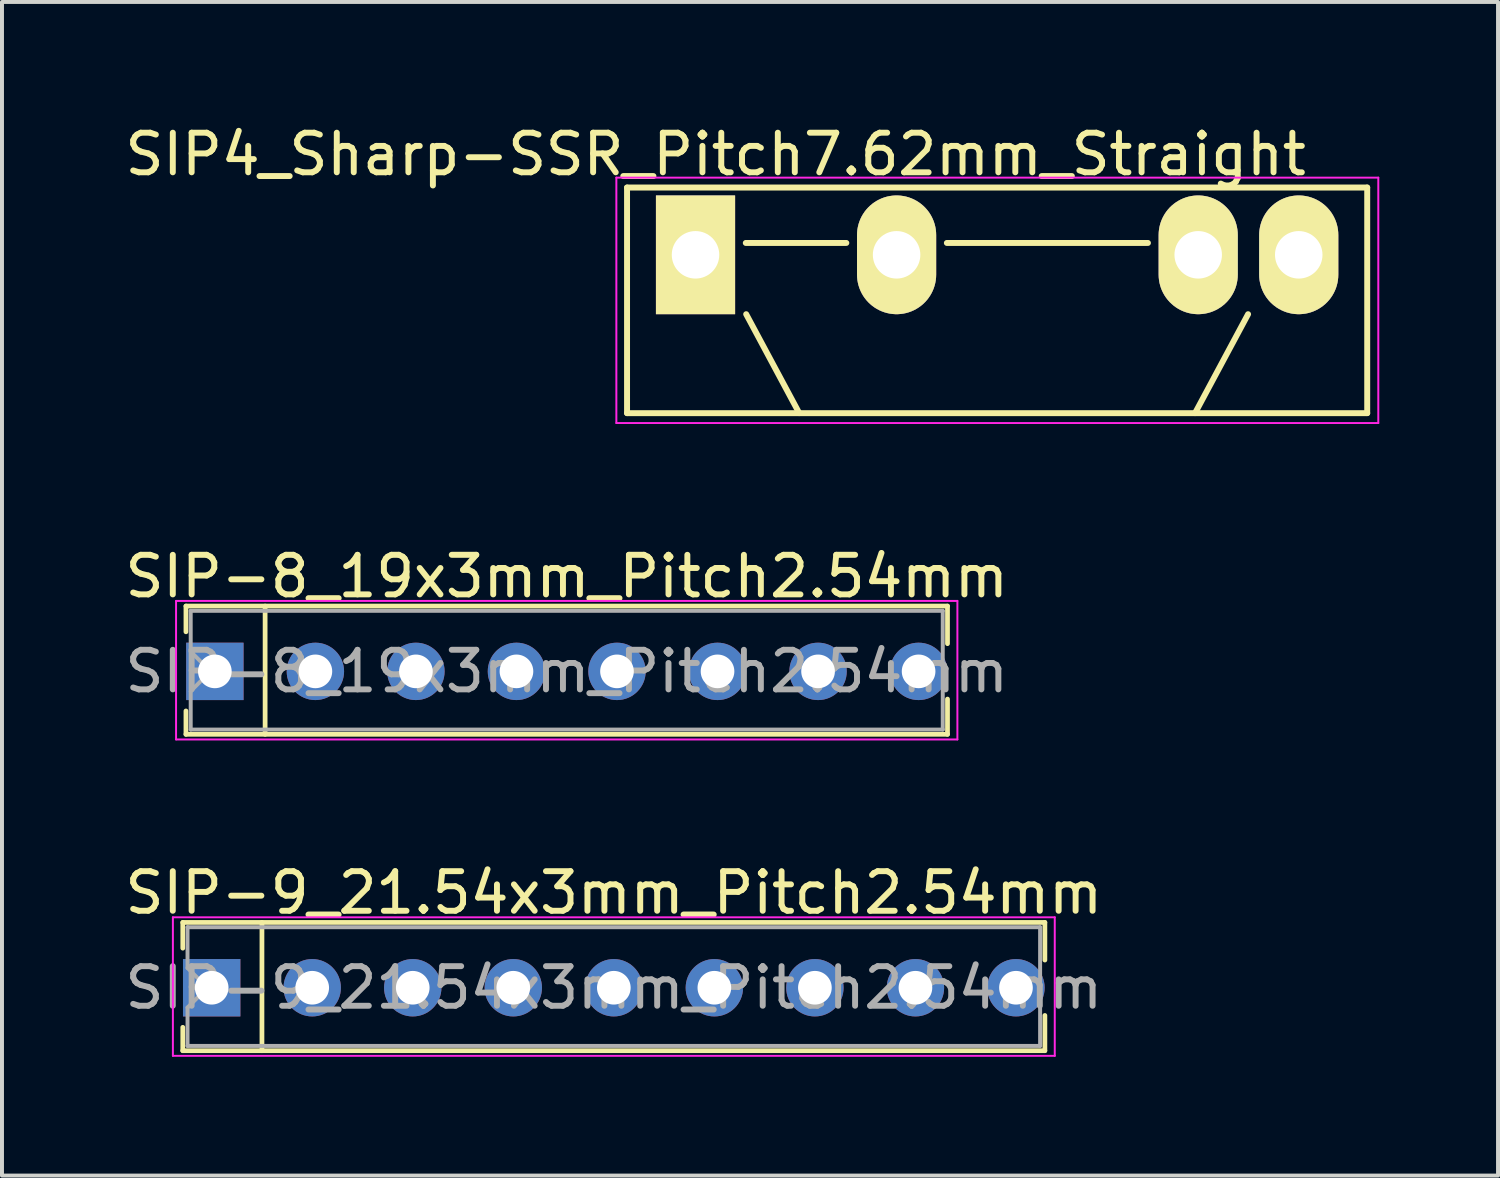
<source format=kicad_pcb>
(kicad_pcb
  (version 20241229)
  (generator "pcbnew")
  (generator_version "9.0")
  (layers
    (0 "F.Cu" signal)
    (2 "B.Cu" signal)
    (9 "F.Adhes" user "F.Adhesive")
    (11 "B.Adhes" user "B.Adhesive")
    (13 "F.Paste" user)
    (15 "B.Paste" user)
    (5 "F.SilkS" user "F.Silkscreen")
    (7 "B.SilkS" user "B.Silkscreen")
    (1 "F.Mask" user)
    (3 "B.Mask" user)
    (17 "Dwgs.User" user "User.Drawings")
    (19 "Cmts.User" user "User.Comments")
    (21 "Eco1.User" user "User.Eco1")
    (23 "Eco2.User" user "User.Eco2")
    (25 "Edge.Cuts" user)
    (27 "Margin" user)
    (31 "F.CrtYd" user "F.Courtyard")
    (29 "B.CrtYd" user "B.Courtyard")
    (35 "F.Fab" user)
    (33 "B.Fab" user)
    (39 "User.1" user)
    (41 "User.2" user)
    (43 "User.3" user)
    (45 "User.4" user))
  (footprint "SIP4_Sharp-SSR_Pitch7.62mm_Straight"
    (layer "F.Cu")
    (at 14.522 3.388)
    (property "Reference" "SIP4_Sharp-SSR_Pitch7.62mm_Straight" (at 0.508 -2.54 0) (layer "F.SilkS") (effects (font (size 1 1) (thickness 0.15))))
    (attr through_hole)
    (fp_line (start -1.73 -1.7) (end 16.97 -1.7) (stroke (width 0.15) (type solid)) (layer "F.SilkS"))
    (fp_line (start -1.73 4) (end -1.73 -1.7) (stroke (width 0.15) (type solid)) (layer "F.SilkS"))
    (fp_line (start 1.27 -0.3) (end 3.81 -0.3) (stroke (width 0.15) (type solid)) (layer "F.SilkS"))
    (fp_line (start 2.62 4) (end 1.28 1.5) (stroke (width 0.15) (type solid)) (layer "F.SilkS"))
    (fp_line (start 6.35 -0.3) (end 11.43 -0.3) (stroke (width 0.15) (type solid)) (layer "F.SilkS"))
    (fp_line (start 12.62 4) (end 13.96 1.5) (stroke (width 0.15) (type solid)) (layer "F.SilkS"))
    (fp_line (start 16.97 -1.7) (end 16.97 4) (stroke (width 0.15) (type solid)) (layer "F.SilkS"))
    (fp_line (start 16.97 4) (end -1.73 4) (stroke (width 0.15) (type solid)) (layer "F.SilkS"))
    (fp_line (start -2 -1.95) (end 17.25 -1.95) (stroke (width 0.05) (type solid)) (layer "F.CrtYd"))
    (fp_line (start -2 4.25) (end -2 -1.95) (stroke (width 0.05) (type solid)) (layer "F.CrtYd"))
    (fp_line (start 17.25 -1.95) (end 17.25 4.25) (stroke (width 0.05) (type solid)) (layer "F.CrtYd"))
    (fp_line (start 17.25 4.25) (end -2 4.25) (stroke (width 0.05) (type solid)) (layer "F.CrtYd"))
    (pad "1" thru_hole rect (at 0 0) (size 2 3) (drill 1.2) (layers "*.Cu" "*.Mask" "F.SilkS"))
    (pad "2" thru_hole oval (at 5.08 0) (size 2 3) (drill 1.2) (layers "*.Cu" "*.Mask" "F.SilkS"))
    (pad "3" thru_hole oval (at 12.7 0) (size 2 3) (drill 1.2) (layers "*.Cu" "*.Mask" "F.SilkS"))
    (pad "4" thru_hole oval (at 15.24 0) (size 2 3) (drill 1.2) (layers "*.Cu" "*.Mask" "F.SilkS")))
  (footprint "SIP-9_21.54x3mm_Pitch2.54mm"
    (layer "F.Cu")
    (at 2.298 21.905)
    (property "Reference" "SIP-9_21.54x3mm_Pitch2.54mm" (at 10.16 -2.4 0) (layer "F.SilkS") (effects (font (size 1 1) (thickness 0.15))))
    (attr through_hole)
    (fp_line (start -0.73 -1.65) (end -0.73 -1) (stroke (width 0.12) (type solid)) (layer "F.SilkS"))
    (fp_line (start -0.73 1.59) (end -0.73 1) (stroke (width 0.12) (type solid)) (layer "F.SilkS"))
    (fp_line (start 1.27 1.59) (end 1.27 -1.65) (stroke (width 0.12) (type solid)) (layer "F.SilkS"))
    (fp_line (start 21.05 -1.65) (end -0.73 -1.65) (stroke (width 0.12) (type solid)) (layer "F.SilkS"))
    (fp_line (start 21.05 -1.65) (end 21.05 -0.7) (stroke (width 0.12) (type solid)) (layer "F.SilkS"))
    (fp_line (start 21.05 1.59) (end -0.73 1.59) (stroke (width 0.12) (type solid)) (layer "F.SilkS"))
    (fp_line (start 21.05 1.59) (end 21.05 0.7) (stroke (width 0.12) (type solid)) (layer "F.SilkS"))
    (fp_line (start -0.98 -1.78) (end 21.3 -1.78) (stroke (width 0.05) (type solid)) (layer "F.CrtYd"))
    (fp_line (start -0.98 1.72) (end -0.98 -1.78) (stroke (width 0.05) (type solid)) (layer "F.CrtYd"))
    (fp_line (start 21.3 -1.78) (end 21.3 1.72) (stroke (width 0.05) (type solid)) (layer "F.CrtYd"))
    (fp_line (start 21.3 1.72) (end -0.98 1.72) (stroke (width 0.05) (type solid)) (layer "F.CrtYd"))
    (fp_line (start -0.61 -1.53) (end -0.61 -0.5) (stroke (width 0.1) (type solid)) (layer "F.Fab"))
    (fp_line (start -0.61 -0.5) (end -0.11 0) (stroke (width 0.1) (type solid)) (layer "F.Fab"))
    (fp_line (start -0.61 0.5) (end -0.61 1.47) (stroke (width 0.1) (type solid)) (layer "F.Fab"))
    (fp_line (start -0.11 0) (end -0.61 0.5) (stroke (width 0.1) (type solid)) (layer "F.Fab"))
    (fp_line (start 20.93 -1.53) (end -0.61 -1.53) (stroke (width 0.1) (type solid)) (layer "F.Fab"))
    (fp_line (start 20.93 -1.53) (end 20.93 1.47) (stroke (width 0.1) (type solid)) (layer "F.Fab"))
    (fp_line (start 20.93 1.47) (end -0.61 1.47) (stroke (width 0.1) (type solid)) (layer "F.Fab"))
    (fp_text user "${REFERENCE}" (at 10.16 0 0) (layer "F.Fab") (effects (font (size 1 1) (thickness 0.15))))
    (pad "1" thru_hole rect (at 0 0 90) (size 1.45 1.45) (drill 0.85) (layers "*.Cu" "*.Mask"))
    (pad "2" thru_hole circle (at 2.54 0 90) (size 1.45 1.45) (drill 0.85) (layers "*.Cu" "*.Mask"))
    (pad "3" thru_hole circle (at 5.08 0 90) (size 1.45 1.45) (drill 0.85) (layers "*.Cu" "*.Mask"))
    (pad "4" thru_hole circle (at 7.62 0 90) (size 1.45 1.45) (drill 0.85) (layers "*.Cu" "*.Mask"))
    (pad "5" thru_hole circle (at 10.16 0 90) (size 1.45 1.45) (drill 0.85) (layers "*.Cu" "*.Mask"))
    (pad "6" thru_hole circle (at 12.7 0 90) (size 1.45 1.45) (drill 0.85) (layers "*.Cu" "*.Mask"))
    (pad "7" thru_hole circle (at 15.24 0 90) (size 1.45 1.45) (drill 0.85) (layers "*.Cu" "*.Mask"))
    (pad "8" thru_hole circle (at 17.78 0 90) (size 1.45 1.45) (drill 0.85) (layers "*.Cu" "*.Mask"))
    (pad "9" thru_hole circle (at 20.32 0 90) (size 1.45 1.45) (drill 0.85) (layers "*.Cu" "*.Mask")))
  (footprint "SIP-8_19x3mm_Pitch2.54mm"
    (layer "F.Cu")
    (at 2.378 13.912)
    (property "Reference" "SIP-8_19x3mm_Pitch2.54mm" (at 8.89 -2.4 0) (layer "F.SilkS") (effects (font (size 1 1) (thickness 0.15))))
    (attr through_hole)
    (fp_line (start -0.73 -1.65) (end -0.73 -1) (stroke (width 0.12) (type solid)) (layer "F.SilkS"))
    (fp_line (start -0.73 1.59) (end -0.73 1) (stroke (width 0.12) (type solid)) (layer "F.SilkS"))
    (fp_line (start 1.27 1.59) (end 1.27 -1.65) (stroke (width 0.12) (type solid)) (layer "F.SilkS"))
    (fp_line (start 18.51 -1.65) (end -0.73 -1.65) (stroke (width 0.12) (type solid)) (layer "F.SilkS"))
    (fp_line (start 18.51 -1.65) (end 18.51 -0.7) (stroke (width 0.12) (type solid)) (layer "F.SilkS"))
    (fp_line (start 18.51 1.59) (end -0.73 1.59) (stroke (width 0.12) (type solid)) (layer "F.SilkS"))
    (fp_line (start 18.51 1.59) (end 18.51 0.7) (stroke (width 0.12) (type solid)) (layer "F.SilkS"))
    (fp_line (start -0.98 -1.78) (end 18.76 -1.78) (stroke (width 0.05) (type solid)) (layer "F.CrtYd"))
    (fp_line (start -0.98 1.72) (end -0.98 -1.78) (stroke (width 0.05) (type solid)) (layer "F.CrtYd"))
    (fp_line (start 18.76 -1.78) (end 18.76 1.72) (stroke (width 0.05) (type solid)) (layer "F.CrtYd"))
    (fp_line (start 18.76 1.72) (end -0.98 1.72) (stroke (width 0.05) (type solid)) (layer "F.CrtYd"))
    (fp_line (start -0.61 -1.53) (end -0.61 -0.5) (stroke (width 0.1) (type solid)) (layer "F.Fab"))
    (fp_line (start -0.61 -0.5) (end -0.11 0) (stroke (width 0.1) (type solid)) (layer "F.Fab"))
    (fp_line (start -0.61 0.5) (end -0.61 1.47) (stroke (width 0.1) (type solid)) (layer "F.Fab"))
    (fp_line (start -0.11 0) (end -0.61 0.5) (stroke (width 0.1) (type solid)) (layer "F.Fab"))
    (fp_line (start 18.39 -1.53) (end -0.61 -1.53) (stroke (width 0.1) (type solid)) (layer "F.Fab"))
    (fp_line (start 18.39 -1.53) (end 18.39 1.47) (stroke (width 0.1) (type solid)) (layer "F.Fab"))
    (fp_line (start 18.39 1.47) (end -0.61 1.47) (stroke (width 0.1) (type solid)) (layer "F.Fab"))
    (fp_text user "${REFERENCE}" (at 8.89 0 0) (layer "F.Fab") (effects (font (size 1 1) (thickness 0.15))))
    (pad "1" thru_hole rect (at 0 0 90) (size 1.45 1.45) (drill 0.85) (layers "*.Cu" "*.Mask"))
    (pad "2" thru_hole circle (at 2.54 0 90) (size 1.45 1.45) (drill 0.85) (layers "*.Cu" "*.Mask"))
    (pad "3" thru_hole circle (at 5.08 0 90) (size 1.45 1.45) (drill 0.85) (layers "*.Cu" "*.Mask"))
    (pad "4" thru_hole circle (at 7.62 0 90) (size 1.45 1.45) (drill 0.85) (layers "*.Cu" "*.Mask"))
    (pad "5" thru_hole circle (at 10.16 0 90) (size 1.45 1.45) (drill 0.85) (layers "*.Cu" "*.Mask"))
    (pad "6" thru_hole circle (at 12.7 0 90) (size 1.45 1.45) (drill 0.85) (layers "*.Cu" "*.Mask"))
    (pad "7" thru_hole circle (at 15.24 0 90) (size 1.45 1.45) (drill 0.85) (layers "*.Cu" "*.Mask"))
    (pad "8" thru_hole circle (at 17.78 0 90) (size 1.45 1.45) (drill 0.85) (layers "*.Cu" "*.Mask")))
  (gr_rect
    (start -3 -3)
    (end 34.797 26.65)
    (stroke (width 0.1) (type default))
    (fill no)
    (layer "Edge.Cuts")))
</source>
